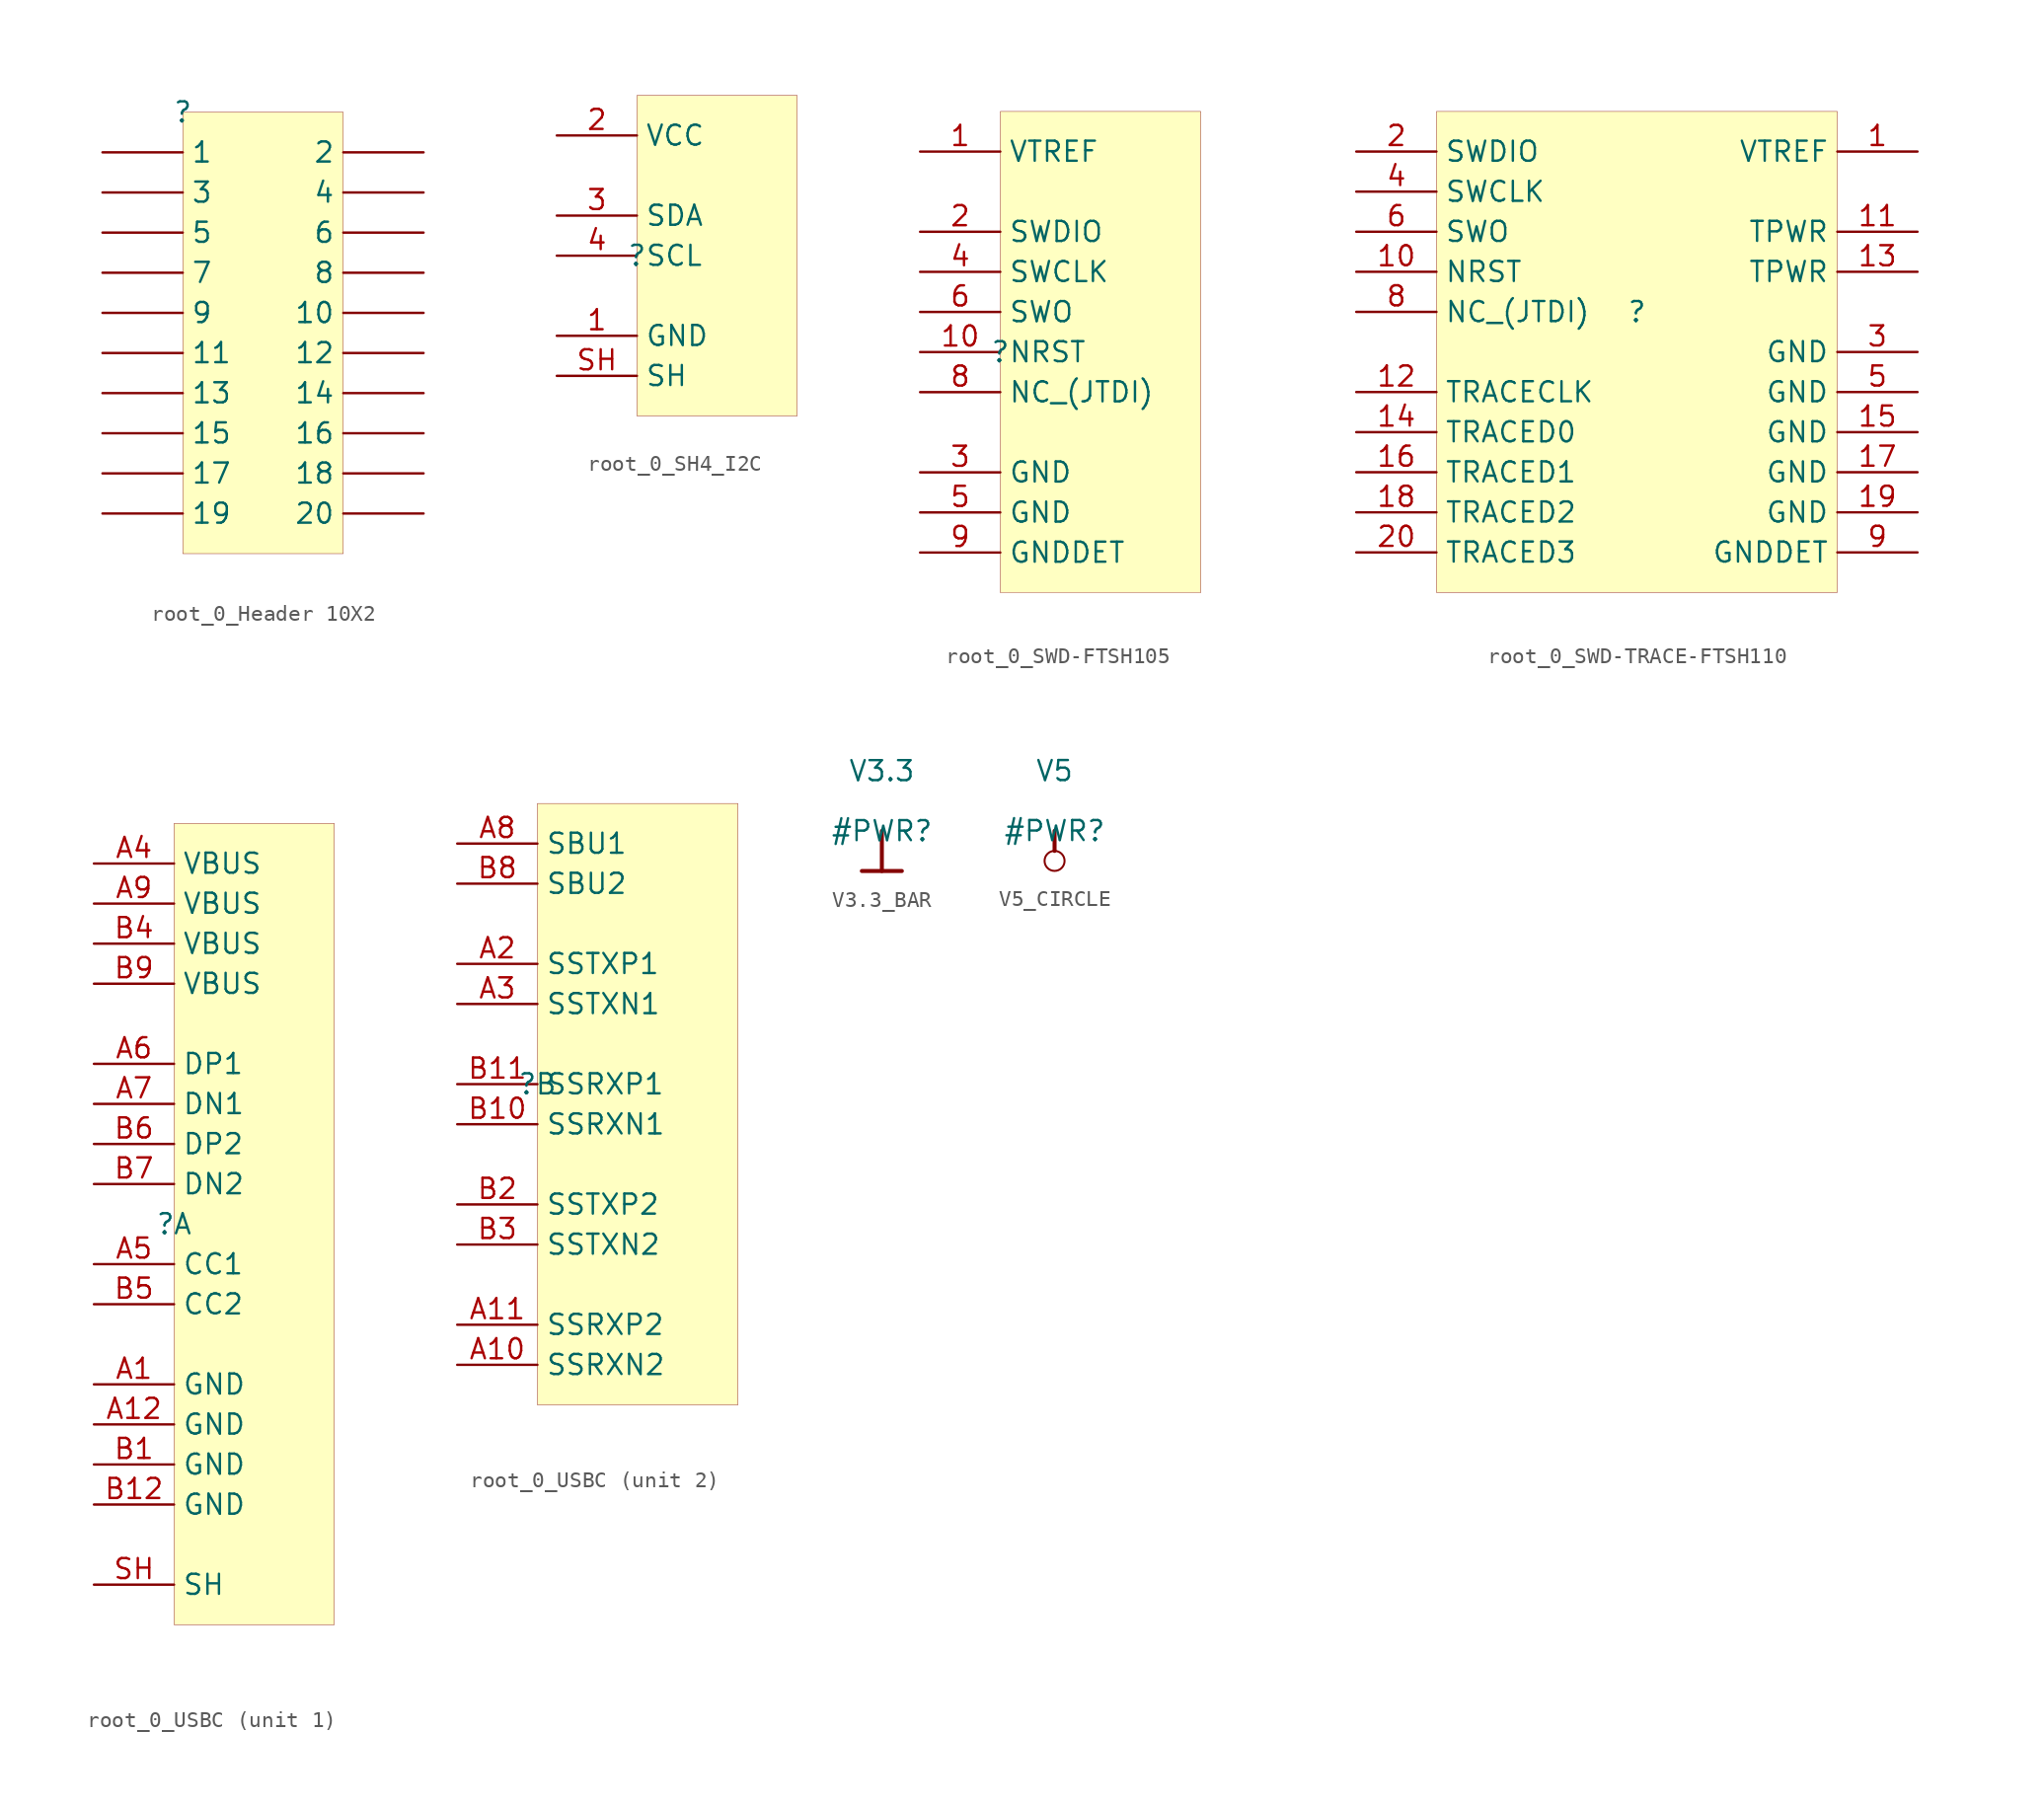
<source format=kicad_sym>
(kicad_symbol_lib
  (version 20231120)
  (generator "kicad_symbol_editor")
  (generator_version "8.0")
  (symbol "root_0_Header 10X2"
    (property "Reference" ""
      (at 0 0 0)
      (effects (font (size 1.27 1.27))))
    (property "Value" ""
      (at 0 0 0)
      (effects (font (size 1.27 1.27))))
    (symbol "root_0_Header 10X2_1_0"
      (rectangle (start 10.16 0) (end 0 -27.94) (stroke (width 0.025) (type solid) (color 128 0 0 1)) (fill (type background)))
      (pin passive line (at -5.08 -2.54 0) (length 5.08) (name "1" (effects (font (size 1.27 1.27)))) (number "1" (effects (font (size 0 0)))))
      (pin passive line (at 15.24 -12.7 180) (length 5.08) (name "10" (effects (font (size 1.27 1.27)))) (number "10" (effects (font (size 0 0)))))
      (pin passive line (at -5.08 -15.24 0) (length 5.08) (name "11" (effects (font (size 1.27 1.27)))) (number "11" (effects (font (size 0 0)))))
      (pin passive line (at 15.24 -15.24 180) (length 5.08) (name "12" (effects (font (size 1.27 1.27)))) (number "12" (effects (font (size 0 0)))))
      (pin passive line (at -5.08 -17.78 0) (length 5.08) (name "13" (effects (font (size 1.27 1.27)))) (number "13" (effects (font (size 0 0)))))
      (pin passive line (at 15.24 -17.78 180) (length 5.08) (name "14" (effects (font (size 1.27 1.27)))) (number "14" (effects (font (size 0 0)))))
      (pin passive line (at -5.08 -20.32 0) (length 5.08) (name "15" (effects (font (size 1.27 1.27)))) (number "15" (effects (font (size 0 0)))))
      (pin passive line (at 15.24 -20.32 180) (length 5.08) (name "16" (effects (font (size 1.27 1.27)))) (number "16" (effects (font (size 0 0)))))
      (pin passive line (at -5.08 -22.86 0) (length 5.08) (name "17" (effects (font (size 1.27 1.27)))) (number "17" (effects (font (size 0 0)))))
      (pin passive line (at 15.24 -22.86 180) (length 5.08) (name "18" (effects (font (size 1.27 1.27)))) (number "18" (effects (font (size 0 0)))))
      (pin passive line (at -5.08 -25.4 0) (length 5.08) (name "19" (effects (font (size 1.27 1.27)))) (number "19" (effects (font (size 0 0)))))
      (pin passive line (at 15.24 -2.54 180) (length 5.08) (name "2" (effects (font (size 1.27 1.27)))) (number "2" (effects (font (size 0 0)))))
      (pin passive line (at 15.24 -25.4 180) (length 5.08) (name "20" (effects (font (size 1.27 1.27)))) (number "20" (effects (font (size 0 0)))))
      (pin passive line (at -5.08 -5.08 0) (length 5.08) (name "3" (effects (font (size 1.27 1.27)))) (number "3" (effects (font (size 0 0)))))
      (pin passive line (at 15.24 -5.08 180) (length 5.08) (name "4" (effects (font (size 1.27 1.27)))) (number "4" (effects (font (size 0 0)))))
      (pin passive line (at -5.08 -7.62 0) (length 5.08) (name "5" (effects (font (size 1.27 1.27)))) (number "5" (effects (font (size 0 0)))))
      (pin passive line (at 15.24 -7.62 180) (length 5.08) (name "6" (effects (font (size 1.27 1.27)))) (number "6" (effects (font (size 0 0)))))
      (pin passive line (at -5.08 -10.16 0) (length 5.08) (name "7" (effects (font (size 1.27 1.27)))) (number "7" (effects (font (size 0 0)))))
      (pin passive line (at 15.24 -10.16 180) (length 5.08) (name "8" (effects (font (size 1.27 1.27)))) (number "8" (effects (font (size 0 0)))))
      (pin passive line (at -5.08 -12.7 0) (length 5.08) (name "9" (effects (font (size 1.27 1.27)))) (number "9" (effects (font (size 0 0)))))))
  (symbol "root_0_SH4_I2C"
    (property "Reference" ""
      (at 0 0 0)
      (effects (font (size 1.27 1.27))))
    (property "Value" ""
      (at 0 0 0)
      (effects (font (size 1.27 1.27))))
    (symbol "root_0_SH4_I2C_1_0"
      (rectangle (start 10.16 10.16) (end 0 -10.16) (stroke (width 0.025) (type solid) (color 128 0 0 1)) (fill (type background)))
      (pin passive line (at -5.08 -5.08 0) (length 5.08) (name "GND" (effects (font (size 1.27 1.27)))) (number "1" (effects (font (size 1.27 1.27)))))
      (pin passive line (at -5.08 7.62 0) (length 5.08) (name "VCC" (effects (font (size 1.27 1.27)))) (number "2" (effects (font (size 1.27 1.27)))))
      (pin passive line (at -5.08 2.54 0) (length 5.08) (name "SDA" (effects (font (size 1.27 1.27)))) (number "3" (effects (font (size 1.27 1.27)))))
      (pin passive line (at -5.08 0 0) (length 5.08) (name "SCL" (effects (font (size 1.27 1.27)))) (number "4" (effects (font (size 1.27 1.27)))))
      (pin passive line (at -5.08 -7.62 0) (length 5.08) (name "SH" (effects (font (size 1.27 1.27)))) (number "SH" (effects (font (size 1.27 1.27)))))))
  (symbol "root_0_SWD-FTSH105"
    (property "Reference" ""
      (at 0 0 0)
      (effects (font (size 1.27 1.27))))
    (property "Value" ""
      (at 0 0 0)
      (effects (font (size 1.27 1.27))))
    (symbol "root_0_SWD-FTSH105_1_0"
      (rectangle (start 12.7 15.24) (end 0 -15.24) (stroke (width 0.025) (type solid) (color 128 0 0 1)) (fill (type background)))
      (pin passive line (at -5.08 12.7 0) (length 5.08) (name "VTREF" (effects (font (size 1.27 1.27)))) (number "1" (effects (font (size 1.27 1.27)))))
      (pin passive line (at -5.08 0 0) (length 5.08) (name "NRST" (effects (font (size 1.27 1.27)))) (number "10" (effects (font (size 1.27 1.27)))))
      (pin passive line (at -5.08 7.62 0) (length 5.08) (name "SWDIO" (effects (font (size 1.27 1.27)))) (number "2" (effects (font (size 1.27 1.27)))))
      (pin passive line (at -5.08 -7.62 0) (length 5.08) (name "GND" (effects (font (size 1.27 1.27)))) (number "3" (effects (font (size 1.27 1.27)))))
      (pin passive line (at -5.08 5.08 0) (length 5.08) (name "SWCLK" (effects (font (size 1.27 1.27)))) (number "4" (effects (font (size 1.27 1.27)))))
      (pin passive line (at -5.08 -10.16 0) (length 5.08) (name "GND" (effects (font (size 1.27 1.27)))) (number "5" (effects (font (size 1.27 1.27)))))
      (pin passive line (at -5.08 2.54 0) (length 5.08) (name "SWO" (effects (font (size 1.27 1.27)))) (number "6" (effects (font (size 1.27 1.27)))))
      (pin passive line (at -5.08 -2.54 0) (length 5.08) (name "NC_(JTDI)" (effects (font (size 1.27 1.27)))) (number "8" (effects (font (size 1.27 1.27)))))
      (pin passive line (at -5.08 -12.7 0) (length 5.08) (name "GNDDET" (effects (font (size 1.27 1.27)))) (number "9" (effects (font (size 1.27 1.27)))))))
  (symbol "root_0_SWD-TRACE-FTSH110"
    (property "Reference" ""
      (at 0 0 0)
      (effects (font (size 1.27 1.27))))
    (property "Value" ""
      (at 0 0 0)
      (effects (font (size 1.27 1.27))))
    (symbol "root_0_SWD-TRACE-FTSH110_1_0"
      (rectangle (start 12.7 12.7) (end -12.7 -17.78) (stroke (width 0.025) (type solid) (color 128 0 0 1)) (fill (type background)))
      (pin passive line (at 17.78 10.16 180) (length 5.08) (name "VTREF" (effects (font (size 1.27 1.27)))) (number "1" (effects (font (size 1.27 1.27)))))
      (pin passive line (at -17.78 2.54 0) (length 5.08) (name "NRST" (effects (font (size 1.27 1.27)))) (number "10" (effects (font (size 1.27 1.27)))))
      (pin passive line (at 17.78 5.08 180) (length 5.08) (name "TPWR" (effects (font (size 1.27 1.27)))) (number "11" (effects (font (size 1.27 1.27)))))
      (pin passive line (at -17.78 -5.08 0) (length 5.08) (name "TRACECLK" (effects (font (size 1.27 1.27)))) (number "12" (effects (font (size 1.27 1.27)))))
      (pin passive line (at 17.78 2.54 180) (length 5.08) (name "TPWR" (effects (font (size 1.27 1.27)))) (number "13" (effects (font (size 1.27 1.27)))))
      (pin passive line (at -17.78 -7.62 0) (length 5.08) (name "TRACED0" (effects (font (size 1.27 1.27)))) (number "14" (effects (font (size 1.27 1.27)))))
      (pin passive line (at 17.78 -7.62 180) (length 5.08) (name "GND" (effects (font (size 1.27 1.27)))) (number "15" (effects (font (size 1.27 1.27)))))
      (pin passive line (at -17.78 -10.16 0) (length 5.08) (name "TRACED1" (effects (font (size 1.27 1.27)))) (number "16" (effects (font (size 1.27 1.27)))))
      (pin passive line (at 17.78 -10.16 180) (length 5.08) (name "GND" (effects (font (size 1.27 1.27)))) (number "17" (effects (font (size 1.27 1.27)))))
      (pin passive line (at -17.78 -12.7 0) (length 5.08) (name "TRACED2" (effects (font (size 1.27 1.27)))) (number "18" (effects (font (size 1.27 1.27)))))
      (pin passive line (at 17.78 -12.7 180) (length 5.08) (name "GND" (effects (font (size 1.27 1.27)))) (number "19" (effects (font (size 1.27 1.27)))))
      (pin passive line (at -17.78 10.16 0) (length 5.08) (name "SWDIO" (effects (font (size 1.27 1.27)))) (number "2" (effects (font (size 1.27 1.27)))))
      (pin passive line (at -17.78 -15.24 0) (length 5.08) (name "TRACED3" (effects (font (size 1.27 1.27)))) (number "20" (effects (font (size 1.27 1.27)))))
      (pin passive line (at 17.78 -2.54 180) (length 5.08) (name "GND" (effects (font (size 1.27 1.27)))) (number "3" (effects (font (size 1.27 1.27)))))
      (pin passive line (at -17.78 7.62 0) (length 5.08) (name "SWCLK" (effects (font (size 1.27 1.27)))) (number "4" (effects (font (size 1.27 1.27)))))
      (pin passive line (at 17.78 -5.08 180) (length 5.08) (name "GND" (effects (font (size 1.27 1.27)))) (number "5" (effects (font (size 1.27 1.27)))))
      (pin passive line (at -17.78 5.08 0) (length 5.08) (name "SWO" (effects (font (size 1.27 1.27)))) (number "6" (effects (font (size 1.27 1.27)))))
      (pin passive line (at -17.78 0 0) (length 5.08) (name "NC_(JTDI)" (effects (font (size 1.27 1.27)))) (number "8" (effects (font (size 1.27 1.27)))))
      (pin passive line (at 17.78 -15.24 180) (length 5.08) (name "GNDDET" (effects (font (size 1.27 1.27)))) (number "9" (effects (font (size 1.27 1.27)))))))
  (symbol "root_0_USBC"
    (property "Reference" ""
      (at 0 0 0)
      (effects (font (size 1.27 1.27))))
    (property "Value" ""
      (at 0 0 0)
      (effects (font (size 1.27 1.27))))
    (symbol "root_0_USBC_1_0"
      (rectangle (start 10.16 25.4) (end 0 -25.4) (stroke (width 0.025) (type solid) (color 128 0 0 1)) (fill (type background)))
      (pin passive line (at -5.08 -10.16 0) (length 5.08) (name "GND" (effects (font (size 1.27 1.27)))) (number "A1" (effects (font (size 1.27 1.27)))))
      (pin passive line (at -5.08 -12.7 0) (length 5.08) (name "GND" (effects (font (size 1.27 1.27)))) (number "A12" (effects (font (size 1.27 1.27)))))
      (pin passive line (at -5.08 22.86 0) (length 5.08) (name "VBUS" (effects (font (size 1.27 1.27)))) (number "A4" (effects (font (size 1.27 1.27)))))
      (pin passive line (at -5.08 -2.54 0) (length 5.08) (name "CC1" (effects (font (size 1.27 1.27)))) (number "A5" (effects (font (size 1.27 1.27)))))
      (pin passive line (at -5.08 10.16 0) (length 5.08) (name "DP1" (effects (font (size 1.27 1.27)))) (number "A6" (effects (font (size 1.27 1.27)))))
      (pin passive line (at -5.08 7.62 0) (length 5.08) (name "DN1" (effects (font (size 1.27 1.27)))) (number "A7" (effects (font (size 1.27 1.27)))))
      (pin passive line (at -5.08 20.32 0) (length 5.08) (name "VBUS" (effects (font (size 1.27 1.27)))) (number "A9" (effects (font (size 1.27 1.27)))))
      (pin passive line (at -5.08 -15.24 0) (length 5.08) (name "GND" (effects (font (size 1.27 1.27)))) (number "B1" (effects (font (size 1.27 1.27)))))
      (pin passive line (at -5.08 -17.78 0) (length 5.08) (name "GND" (effects (font (size 1.27 1.27)))) (number "B12" (effects (font (size 1.27 1.27)))))
      (pin passive line (at -5.08 17.78 0) (length 5.08) (name "VBUS" (effects (font (size 1.27 1.27)))) (number "B4" (effects (font (size 1.27 1.27)))))
      (pin passive line (at -5.08 -5.08 0) (length 5.08) (name "CC2" (effects (font (size 1.27 1.27)))) (number "B5" (effects (font (size 1.27 1.27)))))
      (pin passive line (at -5.08 5.08 0) (length 5.08) (name "DP2" (effects (font (size 1.27 1.27)))) (number "B6" (effects (font (size 1.27 1.27)))))
      (pin passive line (at -5.08 2.54 0) (length 5.08) (name "DN2" (effects (font (size 1.27 1.27)))) (number "B7" (effects (font (size 1.27 1.27)))))
      (pin passive line (at -5.08 15.24 0) (length 5.08) (name "VBUS" (effects (font (size 1.27 1.27)))) (number "B9" (effects (font (size 1.27 1.27)))))
      (pin passive line (at -5.08 -22.86 0) (length 5.08) (name "SH" (effects (font (size 1.27 1.27)))) (number "SH" (effects (font (size 1.27 1.27))))))
    (symbol "root_0_USBC_2_0"
      (rectangle (start 12.7 17.78) (end 0 -20.32) (stroke (width 0.025) (type solid) (color 128 0 0 1)) (fill (type background)))
      (pin passive line (at -5.08 -17.78 0) (length 5.08) (name "SSRXN2" (effects (font (size 1.27 1.27)))) (number "A10" (effects (font (size 1.27 1.27)))))
      (pin passive line (at -5.08 -15.24 0) (length 5.08) (name "SSRXP2" (effects (font (size 1.27 1.27)))) (number "A11" (effects (font (size 1.27 1.27)))))
      (pin passive line (at -5.08 7.62 0) (length 5.08) (name "SSTXP1" (effects (font (size 1.27 1.27)))) (number "A2" (effects (font (size 1.27 1.27)))))
      (pin passive line (at -5.08 5.08 0) (length 5.08) (name "SSTXN1" (effects (font (size 1.27 1.27)))) (number "A3" (effects (font (size 1.27 1.27)))))
      (pin passive line (at -5.08 15.24 0) (length 5.08) (name "SBU1" (effects (font (size 1.27 1.27)))) (number "A8" (effects (font (size 1.27 1.27)))))
      (pin passive line (at -5.08 -2.54 0) (length 5.08) (name "SSRXN1" (effects (font (size 1.27 1.27)))) (number "B10" (effects (font (size 1.27 1.27)))))
      (pin passive line (at -5.08 0 0) (length 5.08) (name "SSRXP1" (effects (font (size 1.27 1.27)))) (number "B11" (effects (font (size 1.27 1.27)))))
      (pin passive line (at -5.08 -7.62 0) (length 5.08) (name "SSTXP2" (effects (font (size 1.27 1.27)))) (number "B2" (effects (font (size 1.27 1.27)))))
      (pin passive line (at -5.08 -10.16 0) (length 5.08) (name "SSTXN2" (effects (font (size 1.27 1.27)))) (number "B3" (effects (font (size 1.27 1.27)))))
      (pin passive line (at -5.08 12.7 0) (length 5.08) (name "SBU2" (effects (font (size 1.27 1.27)))) (number "B8" (effects (font (size 1.27 1.27)))))))
  (symbol "V3.3_BAR"
    (power)
    (property "Reference" "#PWR"
      (at 0 0 0)
      (effects (font (size 1.27 1.27))))
    (property "Value" "V3.3"
      (at 0 3.81 0)
      (effects (font (size 1.27 1.27))))
    (symbol "V3.3_BAR_0_0"
      (polyline (pts (xy -1.27 -2.54) (xy 1.27 -2.54)) (stroke (width 0.254) (type solid)) (fill (type none)))
      (polyline (pts (xy 0 0) (xy 0 -2.54)) (stroke (width 0.254) (type solid)) (fill (type none)))
      (pin power_in line (at 0 0 0) (length 0) hide (name "V3.3" (effects (font (size 1.27 1.27)))) (number "" (effects (font (size 1.27 1.27)))))))
  (symbol "V5_CIRCLE"
    (power)
    (property "Reference" "#PWR"
      (at 0 0 0)
      (effects (font (size 1.27 1.27))))
    (property "Value" "V5"
      (at 0 3.81 0)
      (effects (font (size 1.27 1.27))))
    (symbol "V5_CIRCLE_0_0"
      (circle (center 0 -1.905) (radius 0.635) (stroke (width 0.127) (type solid)) (fill (type none)))
      (polyline (pts (xy 0 0) (xy 0 -1.27)) (stroke (width 0.254) (type solid)) (fill (type none)))
      (pin power_in line (at 0 0 0) (length 0) hide (name "V5" (effects (font (size 1.27 1.27)))) (number "" (effects (font (size 1.27 1.27))))))))
</source>
